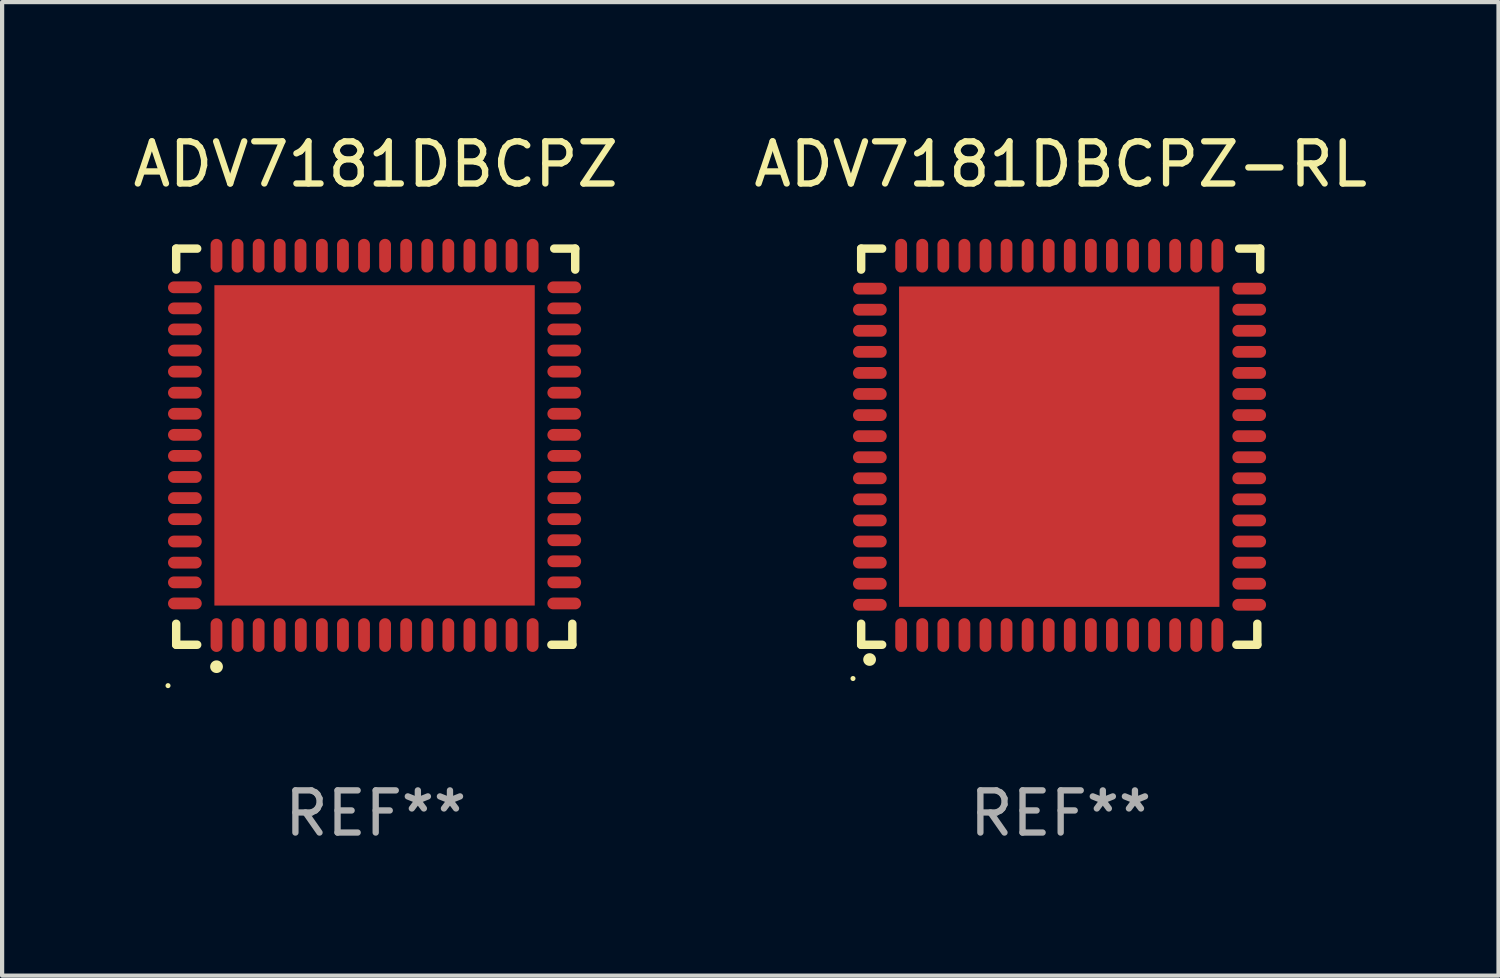
<source format=kicad_pcb>
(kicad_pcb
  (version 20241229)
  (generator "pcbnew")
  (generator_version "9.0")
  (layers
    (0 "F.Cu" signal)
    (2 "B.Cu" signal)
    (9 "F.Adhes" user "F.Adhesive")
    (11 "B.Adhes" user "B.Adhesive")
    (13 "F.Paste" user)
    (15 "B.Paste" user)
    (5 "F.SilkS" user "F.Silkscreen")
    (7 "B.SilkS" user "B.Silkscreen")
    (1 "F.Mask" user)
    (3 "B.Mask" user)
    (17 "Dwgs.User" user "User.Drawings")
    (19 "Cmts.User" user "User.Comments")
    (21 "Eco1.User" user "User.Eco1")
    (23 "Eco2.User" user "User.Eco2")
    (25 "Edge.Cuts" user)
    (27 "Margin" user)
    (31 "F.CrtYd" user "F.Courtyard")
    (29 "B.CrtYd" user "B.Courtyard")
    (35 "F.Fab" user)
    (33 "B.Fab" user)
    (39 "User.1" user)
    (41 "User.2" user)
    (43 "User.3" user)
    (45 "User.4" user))
  (footprint "ADV7181DBCPZ-RL"
    (layer "F.Cu")
    (at 22.113 7.547)
    (property "Reference" "ADV7181DBCPZ-RL" (at 0 -6.699 0) (layer "F.SilkS") (effects (font (size 1 1) (thickness 0.15))))
    (attr through_hole)
    (fp_line (start -4.733 -4.699) (end -4.235 -4.699) (stroke (width 0.2) (type solid)) (layer "F.SilkS"))
    (fp_line (start -4.733 -4.201) (end -4.733 -4.699) (stroke (width 0.2) (type solid)) (layer "F.SilkS"))
    (fp_line (start -4.733 4.699) (end -4.733 4.201) (stroke (width 0.2) (type solid)) (layer "F.SilkS"))
    (fp_line (start -4.235 4.699) (end -4.733 4.699) (stroke (width 0.2) (type solid)) (layer "F.SilkS"))
    (fp_line (start 4.168 4.699) (end 4.665 4.699) (stroke (width 0.2) (type solid)) (layer "F.SilkS"))
    (fp_line (start 4.665 4.699) (end 4.665 4.201) (stroke (width 0.2) (type solid)) (layer "F.SilkS"))
    (fp_line (start 4.733 -4.699) (end 4.235 -4.699) (stroke (width 0.2) (type solid)) (layer "F.SilkS"))
    (fp_line (start 4.733 -4.201) (end 4.733 -4.699) (stroke (width 0.2) (type solid)) (layer "F.SilkS"))
    (fp_arc (start -4.534417 5.04953) (mid -4.533147 5.049525) (end -4.531877 5.04953) (stroke (width 0.3) (type solid)) (layer "F.SilkS"))
    (fp_circle (center -4.927 5.5) (end -4.897 5.5) (stroke (width 0.06) (type solid)) (fill no) (layer "F.SilkS"))
    (fp_text user "REF**" (at 0 8.699 0) (layer "F.Fab") (effects (font (size 1 1) (thickness 0.15))))
    (pad "1" smd oval (at -3.784 4.469 180) (size 0.28 0.8) (layers "F.Cu" "F.Mask" "F.Paste"))
    (pad "2" smd oval (at -3.284 4.469 180) (size 0.28 0.8) (layers "F.Cu" "F.Mask" "F.Paste"))
    (pad "3" smd oval (at -2.784 4.469 180) (size 0.28 0.8) (layers "F.Cu" "F.Mask" "F.Paste"))
    (pad "4" smd oval (at -2.284 4.469 180) (size 0.28 0.8) (layers "F.Cu" "F.Mask" "F.Paste"))
    (pad "5" smd oval (at -1.784 4.469 180) (size 0.28 0.8) (layers "F.Cu" "F.Mask" "F.Paste"))
    (pad "6" smd oval (at -1.284 4.469 180) (size 0.28 0.8) (layers "F.Cu" "F.Mask" "F.Paste"))
    (pad "7" smd oval (at -0.784 4.469 180) (size 0.28 0.8) (layers "F.Cu" "F.Mask" "F.Paste"))
    (pad "8" smd oval (at -0.284 4.469 180) (size 0.28 0.8) (layers "F.Cu" "F.Mask" "F.Paste"))
    (pad "9" smd oval (at 0.216 4.469 180) (size 0.28 0.8) (layers "F.Cu" "F.Mask" "F.Paste"))
    (pad "10" smd oval (at 0.716 4.469 180) (size 0.28 0.8) (layers "F.Cu" "F.Mask" "F.Paste"))
    (pad "11" smd oval (at 1.216 4.469 180) (size 0.28 0.8) (layers "F.Cu" "F.Mask" "F.Paste"))
    (pad "12" smd oval (at 1.716 4.469 180) (size 0.28 0.8) (layers "F.Cu" "F.Mask" "F.Paste"))
    (pad "13" smd oval (at 2.216 4.469 180) (size 0.28 0.8) (layers "F.Cu" "F.Mask" "F.Paste"))
    (pad "14" smd oval (at 2.716 4.469 180) (size 0.28 0.8) (layers "F.Cu" "F.Mask" "F.Paste"))
    (pad "15" smd oval (at 3.216 4.469 180) (size 0.28 0.8) (layers "F.Cu" "F.Mask" "F.Paste"))
    (pad "16" smd oval (at 3.716 4.469 180) (size 0.28 0.8) (layers "F.Cu" "F.Mask" "F.Paste"))
    (pad "17" smd oval (at 4.473 3.75 270) (size 0.28 0.8) (layers "F.Cu" "F.Mask" "F.Paste"))
    (pad "18" smd oval (at 4.473 3.25 270) (size 0.28 0.8) (layers "F.Cu" "F.Mask" "F.Paste"))
    (pad "19" smd oval (at 4.473 2.75 270) (size 0.28 0.8) (layers "F.Cu" "F.Mask" "F.Paste"))
    (pad "20" smd oval (at 4.473 2.25 270) (size 0.28 0.8) (layers "F.Cu" "F.Mask" "F.Paste"))
    (pad "21" smd oval (at 4.473 1.75 270) (size 0.28 0.8) (layers "F.Cu" "F.Mask" "F.Paste"))
    (pad "22" smd oval (at 4.473 1.25 270) (size 0.28 0.8) (layers "F.Cu" "F.Mask" "F.Paste"))
    (pad "23" smd oval (at 4.473 0.75 270) (size 0.28 0.8) (layers "F.Cu" "F.Mask" "F.Paste"))
    (pad "24" smd oval (at 4.473 0.25 270) (size 0.28 0.8) (layers "F.Cu" "F.Mask" "F.Paste"))
    (pad "25" smd oval (at 4.473 -0.25 270) (size 0.28 0.8) (layers "F.Cu" "F.Mask" "F.Paste"))
    (pad "26" smd oval (at 4.473 -0.75 270) (size 0.28 0.8) (layers "F.Cu" "F.Mask" "F.Paste"))
    (pad "27" smd oval (at 4.473 -1.25 270) (size 0.28 0.8) (layers "F.Cu" "F.Mask" "F.Paste"))
    (pad "28" smd oval (at 4.473 -1.75 270) (size 0.28 0.8) (layers "F.Cu" "F.Mask" "F.Paste"))
    (pad "29" smd oval (at 4.473 -2.25 270) (size 0.28 0.8) (layers "F.Cu" "F.Mask" "F.Paste"))
    (pad "30" smd oval (at 4.473 -2.75 270) (size 0.28 0.8) (layers "F.Cu" "F.Mask" "F.Paste"))
    (pad "31" smd oval (at 4.473 -3.25 270) (size 0.28 0.8) (layers "F.Cu" "F.Mask" "F.Paste"))
    (pad "32" smd oval (at 4.473 -3.75 270) (size 0.28 0.8) (layers "F.Cu" "F.Mask" "F.Paste"))
    (pad "33" smd oval (at 3.716 -4.531) (size 0.28 0.8) (layers "F.Cu" "F.Mask" "F.Paste"))
    (pad "34" smd oval (at 3.216 -4.531) (size 0.28 0.8) (layers "F.Cu" "F.Mask" "F.Paste"))
    (pad "35" smd oval (at 2.716 -4.531) (size 0.28 0.8) (layers "F.Cu" "F.Mask" "F.Paste"))
    (pad "36" smd oval (at 2.216 -4.531) (size 0.28 0.8) (layers "F.Cu" "F.Mask" "F.Paste"))
    (pad "37" smd oval (at 1.716 -4.531) (size 0.28 0.8) (layers "F.Cu" "F.Mask" "F.Paste"))
    (pad "38" smd oval (at 1.216 -4.531) (size 0.28 0.8) (layers "F.Cu" "F.Mask" "F.Paste"))
    (pad "39" smd oval (at 0.716 -4.531) (size 0.28 0.8) (layers "F.Cu" "F.Mask" "F.Paste"))
    (pad "40" smd oval (at 0.216 -4.531) (size 0.28 0.8) (layers "F.Cu" "F.Mask" "F.Paste"))
    (pad "41" smd oval (at -0.284 -4.531) (size 0.28 0.8) (layers "F.Cu" "F.Mask" "F.Paste"))
    (pad "42" smd oval (at -0.784 -4.531) (size 0.28 0.8) (layers "F.Cu" "F.Mask" "F.Paste"))
    (pad "43" smd oval (at -1.284 -4.531) (size 0.28 0.8) (layers "F.Cu" "F.Mask" "F.Paste"))
    (pad "44" smd oval (at -1.784 -4.531) (size 0.28 0.8) (layers "F.Cu" "F.Mask" "F.Paste"))
    (pad "45" smd oval (at -2.284 -4.531) (size 0.28 0.8) (layers "F.Cu" "F.Mask" "F.Paste"))
    (pad "46" smd oval (at -2.784 -4.531) (size 0.28 0.8) (layers "F.Cu" "F.Mask" "F.Paste"))
    (pad "47" smd oval (at -3.284 -4.531) (size 0.28 0.8) (layers "F.Cu" "F.Mask" "F.Paste"))
    (pad "48" smd oval (at -3.784 -4.531) (size 0.28 0.8) (layers "F.Cu" "F.Mask" "F.Paste"))
    (pad "49" smd oval (at -4.527 -3.75 90) (size 0.28 0.8) (layers "F.Cu" "F.Mask" "F.Paste"))
    (pad "50" smd oval (at -4.527 -3.25 90) (size 0.28 0.8) (layers "F.Cu" "F.Mask" "F.Paste"))
    (pad "51" smd oval (at -4.527 -2.75 90) (size 0.28 0.8) (layers "F.Cu" "F.Mask" "F.Paste"))
    (pad "52" smd oval (at -4.527 -2.25 90) (size 0.28 0.8) (layers "F.Cu" "F.Mask" "F.Paste"))
    (pad "53" smd oval (at -4.527 -1.75 90) (size 0.28 0.8) (layers "F.Cu" "F.Mask" "F.Paste"))
    (pad "54" smd oval (at -4.527 -1.25 90) (size 0.28 0.8) (layers "F.Cu" "F.Mask" "F.Paste"))
    (pad "55" smd oval (at -4.527 -0.75 90) (size 0.28 0.8) (layers "F.Cu" "F.Mask" "F.Paste"))
    (pad "56" smd oval (at -4.527 -0.25 90) (size 0.28 0.8) (layers "F.Cu" "F.Mask" "F.Paste"))
    (pad "57" smd oval (at -4.527 0.25 90) (size 0.28 0.8) (layers "F.Cu" "F.Mask" "F.Paste"))
    (pad "58" smd oval (at -4.527 0.75 90) (size 0.28 0.8) (layers "F.Cu" "F.Mask" "F.Paste"))
    (pad "59" smd oval (at -4.527 1.25 90) (size 0.28 0.8) (layers "F.Cu" "F.Mask" "F.Paste"))
    (pad "60" smd oval (at -4.527 1.75 90) (size 0.28 0.8) (layers "F.Cu" "F.Mask" "F.Paste"))
    (pad "61" smd oval (at -4.527 2.25 90) (size 0.28 0.8) (layers "F.Cu" "F.Mask" "F.Paste"))
    (pad "62" smd oval (at -4.527 2.75 90) (size 0.28 0.8) (layers "F.Cu" "F.Mask" "F.Paste"))
    (pad "63" smd oval (at -4.527 3.25 90) (size 0.28 0.8) (layers "F.Cu" "F.Mask" "F.Paste"))
    (pad "64" smd oval (at -4.527 3.75 90) (size 0.28 0.8) (layers "F.Cu" "F.Mask" "F.Paste"))
    (pad "65" smd rect (at -0.034 -0.000102 90) (size 7.6 7.6) (layers "F.Cu" "F.Mask" "F.Paste")))
  (footprint "ADV7181DBCPZ"
    (layer "F.Cu")
    (at 5.863 7.547)
    (property "Reference" "ADV7181DBCPZ" (at 0 -6.699 0) (layer "F.SilkS") (effects (font (size 1 1) (thickness 0.15))))
    (attr through_hole)
    (fp_line (start -4.733 -4.699) (end -4.235 -4.699) (stroke (width 0.2) (type solid)) (layer "F.SilkS"))
    (fp_line (start -4.733 -4.201) (end -4.733 -4.699) (stroke (width 0.2) (type solid)) (layer "F.SilkS"))
    (fp_line (start -4.733 4.699) (end -4.733 4.201) (stroke (width 0.2) (type solid)) (layer "F.SilkS"))
    (fp_line (start -4.235 4.699) (end -4.733 4.699) (stroke (width 0.2) (type solid)) (layer "F.SilkS"))
    (fp_line (start 4.168 4.699) (end 4.665 4.699) (stroke (width 0.2) (type solid)) (layer "F.SilkS"))
    (fp_line (start 4.665 4.699) (end 4.665 4.201) (stroke (width 0.2) (type solid)) (layer "F.SilkS"))
    (fp_line (start 4.733 -4.699) (end 4.235 -4.699) (stroke (width 0.2) (type solid)) (layer "F.SilkS"))
    (fp_line (start 4.733 -4.201) (end 4.733 -4.699) (stroke (width 0.2) (type solid)) (layer "F.SilkS"))
    (fp_arc (start -3.777419 5.219329) (mid -3.776149 5.219324) (end -3.774879 5.219329) (stroke (width 0.3) (type solid)) (layer "F.SilkS"))
    (fp_circle (center -4.927 5.669) (end -4.897 5.669) (stroke (width 0.06) (type solid)) (fill no) (layer "F.SilkS"))
    (fp_text user "REF**" (at 0 8.699 0) (layer "F.Fab") (effects (font (size 1 1) (thickness 0.15))))
    (pad "1" smd oval (at -3.777 4.469 180) (size 0.28 0.8) (layers "F.Cu" "F.Mask" "F.Paste"))
    (pad "2" smd oval (at -3.277 4.469 180) (size 0.28 0.8) (layers "F.Cu" "F.Mask" "F.Paste"))
    (pad "3" smd oval (at -2.777 4.469 180) (size 0.28 0.8) (layers "F.Cu" "F.Mask" "F.Paste"))
    (pad "4" smd oval (at -2.277 4.469 180) (size 0.28 0.8) (layers "F.Cu" "F.Mask" "F.Paste"))
    (pad "5" smd oval (at -1.777 4.469 180) (size 0.28 0.8) (layers "F.Cu" "F.Mask" "F.Paste"))
    (pad "6" smd oval (at -1.277 4.469 180) (size 0.28 0.8) (layers "F.Cu" "F.Mask" "F.Paste"))
    (pad "7" smd oval (at -0.777 4.469 180) (size 0.28 0.8) (layers "F.Cu" "F.Mask" "F.Paste"))
    (pad "8" smd oval (at -0.277 4.469 180) (size 0.28 0.8) (layers "F.Cu" "F.Mask" "F.Paste"))
    (pad "9" smd oval (at 0.223 4.469 180) (size 0.28 0.8) (layers "F.Cu" "F.Mask" "F.Paste"))
    (pad "10" smd oval (at 0.723 4.469 180) (size 0.28 0.8) (layers "F.Cu" "F.Mask" "F.Paste"))
    (pad "11" smd oval (at 1.223 4.469 180) (size 0.28 0.8) (layers "F.Cu" "F.Mask" "F.Paste"))
    (pad "12" smd oval (at 1.723 4.469 180) (size 0.28 0.8) (layers "F.Cu" "F.Mask" "F.Paste"))
    (pad "13" smd oval (at 2.223 4.469 180) (size 0.28 0.8) (layers "F.Cu" "F.Mask" "F.Paste"))
    (pad "14" smd oval (at 2.723 4.469 180) (size 0.28 0.8) (layers "F.Cu" "F.Mask" "F.Paste"))
    (pad "15" smd oval (at 3.223 4.469 180) (size 0.28 0.8) (layers "F.Cu" "F.Mask" "F.Paste"))
    (pad "16" smd oval (at 3.723 4.469 180) (size 0.28 0.8) (layers "F.Cu" "F.Mask" "F.Paste"))
    (pad "17" smd oval (at 4.473 3.719 270) (size 0.28 0.8) (layers "F.Cu" "F.Mask" "F.Paste"))
    (pad "18" smd oval (at 4.473 3.219 270) (size 0.28 0.8) (layers "F.Cu" "F.Mask" "F.Paste"))
    (pad "19" smd oval (at 4.473 2.719 270) (size 0.28 0.8) (layers "F.Cu" "F.Mask" "F.Paste"))
    (pad "20" smd oval (at 4.473 2.219 270) (size 0.28 0.8) (layers "F.Cu" "F.Mask" "F.Paste"))
    (pad "21" smd oval (at 4.473 1.719 270) (size 0.28 0.8) (layers "F.Cu" "F.Mask" "F.Paste"))
    (pad "22" smd oval (at 4.473 1.219 270) (size 0.28 0.8) (layers "F.Cu" "F.Mask" "F.Paste"))
    (pad "23" smd oval (at 4.473 0.719 270) (size 0.28 0.8) (layers "F.Cu" "F.Mask" "F.Paste"))
    (pad "24" smd oval (at 4.473 0.219 270) (size 0.28 0.8) (layers "F.Cu" "F.Mask" "F.Paste"))
    (pad "25" smd oval (at 4.473 -0.281 270) (size 0.28 0.8) (layers "F.Cu" "F.Mask" "F.Paste"))
    (pad "26" smd oval (at 4.473 -0.781 270) (size 0.28 0.8) (layers "F.Cu" "F.Mask" "F.Paste"))
    (pad "27" smd oval (at 4.473 -1.281 270) (size 0.28 0.8) (layers "F.Cu" "F.Mask" "F.Paste"))
    (pad "28" smd oval (at 4.473 -1.781 270) (size 0.28 0.8) (layers "F.Cu" "F.Mask" "F.Paste"))
    (pad "29" smd oval (at 4.473 -2.281 270) (size 0.28 0.8) (layers "F.Cu" "F.Mask" "F.Paste"))
    (pad "30" smd oval (at 4.473 -2.781 270) (size 0.28 0.8) (layers "F.Cu" "F.Mask" "F.Paste"))
    (pad "31" smd oval (at 4.473 -3.281 270) (size 0.28 0.8) (layers "F.Cu" "F.Mask" "F.Paste"))
    (pad "32" smd oval (at 4.473 -3.781 270) (size 0.28 0.8) (layers "F.Cu" "F.Mask" "F.Paste"))
    (pad "33" smd oval (at 3.723 -4.531) (size 0.28 0.8) (layers "F.Cu" "F.Mask" "F.Paste"))
    (pad "34" smd oval (at 3.223 -4.531) (size 0.28 0.8) (layers "F.Cu" "F.Mask" "F.Paste"))
    (pad "35" smd oval (at 2.723 -4.531) (size 0.28 0.8) (layers "F.Cu" "F.Mask" "F.Paste"))
    (pad "36" smd oval (at 2.223 -4.531) (size 0.28 0.8) (layers "F.Cu" "F.Mask" "F.Paste"))
    (pad "37" smd oval (at 1.723 -4.531) (size 0.28 0.8) (layers "F.Cu" "F.Mask" "F.Paste"))
    (pad "38" smd oval (at 1.223 -4.531) (size 0.28 0.8) (layers "F.Cu" "F.Mask" "F.Paste"))
    (pad "39" smd oval (at 0.723 -4.531) (size 0.28 0.8) (layers "F.Cu" "F.Mask" "F.Paste"))
    (pad "40" smd oval (at 0.223 -4.531) (size 0.28 0.8) (layers "F.Cu" "F.Mask" "F.Paste"))
    (pad "41" smd oval (at -0.277 -4.531) (size 0.28 0.8) (layers "F.Cu" "F.Mask" "F.Paste"))
    (pad "42" smd oval (at -0.777 -4.531) (size 0.28 0.8) (layers "F.Cu" "F.Mask" "F.Paste"))
    (pad "43" smd oval (at -1.277 -4.531) (size 0.28 0.8) (layers "F.Cu" "F.Mask" "F.Paste"))
    (pad "44" smd oval (at -1.784 -4.531) (size 0.28 0.8) (layers "F.Cu" "F.Mask" "F.Paste"))
    (pad "45" smd oval (at -2.277 -4.531) (size 0.28 0.8) (layers "F.Cu" "F.Mask" "F.Paste"))
    (pad "46" smd oval (at -2.777 -4.531) (size 0.28 0.8) (layers "F.Cu" "F.Mask" "F.Paste"))
    (pad "47" smd oval (at -3.277 -4.531) (size 0.28 0.8) (layers "F.Cu" "F.Mask" "F.Paste"))
    (pad "48" smd oval (at -3.777 -4.531) (size 0.28 0.8) (layers "F.Cu" "F.Mask" "F.Paste"))
    (pad "49" smd oval (at -4.527 -3.781 90) (size 0.28 0.8) (layers "F.Cu" "F.Mask" "F.Paste"))
    (pad "50" smd oval (at -4.527 -3.281 90) (size 0.28 0.8) (layers "F.Cu" "F.Mask" "F.Paste"))
    (pad "51" smd oval (at -4.527 -2.781 90) (size 0.28 0.8) (layers "F.Cu" "F.Mask" "F.Paste"))
    (pad "52" smd oval (at -4.527 -2.281 90) (size 0.28 0.8) (layers "F.Cu" "F.Mask" "F.Paste"))
    (pad "53" smd oval (at -4.527 -1.781 90) (size 0.28 0.8) (layers "F.Cu" "F.Mask" "F.Paste"))
    (pad "54" smd oval (at -4.527 -1.281 90) (size 0.28 0.8) (layers "F.Cu" "F.Mask" "F.Paste"))
    (pad "55" smd oval (at -4.527 -0.781 90) (size 0.28 0.8) (layers "F.Cu" "F.Mask" "F.Paste"))
    (pad "56" smd oval (at -4.527 -0.281 90) (size 0.28 0.8) (layers "F.Cu" "F.Mask" "F.Paste"))
    (pad "57" smd oval (at -4.527 0.219 90) (size 0.28 0.8) (layers "F.Cu" "F.Mask" "F.Paste"))
    (pad "58" smd oval (at -4.527 0.719 90) (size 0.28 0.8) (layers "F.Cu" "F.Mask" "F.Paste"))
    (pad "59" smd oval (at -4.527 1.219 90) (size 0.28 0.8) (layers "F.Cu" "F.Mask" "F.Paste"))
    (pad "60" smd oval (at -4.527 1.719 90) (size 0.28 0.8) (layers "F.Cu" "F.Mask" "F.Paste"))
    (pad "61" smd oval (at -4.527 2.25 90) (size 0.28 0.8) (layers "F.Cu" "F.Mask" "F.Paste"))
    (pad "62" smd oval (at -4.527 2.75 90) (size 0.28 0.8) (layers "F.Cu" "F.Mask" "F.Paste"))
    (pad "63" smd oval (at -4.527 3.219 90) (size 0.28 0.8) (layers "F.Cu" "F.Mask" "F.Paste"))
    (pad "64" smd oval (at -4.527 3.719 90) (size 0.28 0.8) (layers "F.Cu" "F.Mask" "F.Paste"))
    (pad "65" smd rect (at -0.027 -0.031 90) (size 7.6 7.6) (layers "F.Cu" "F.Mask" "F.Paste")))
  (gr_rect
    (start -3 -3)
    (end 32.5 20.095)
    (stroke (width 0.1) (type default))
    (fill no)
    (layer "Edge.Cuts")))
</source>
